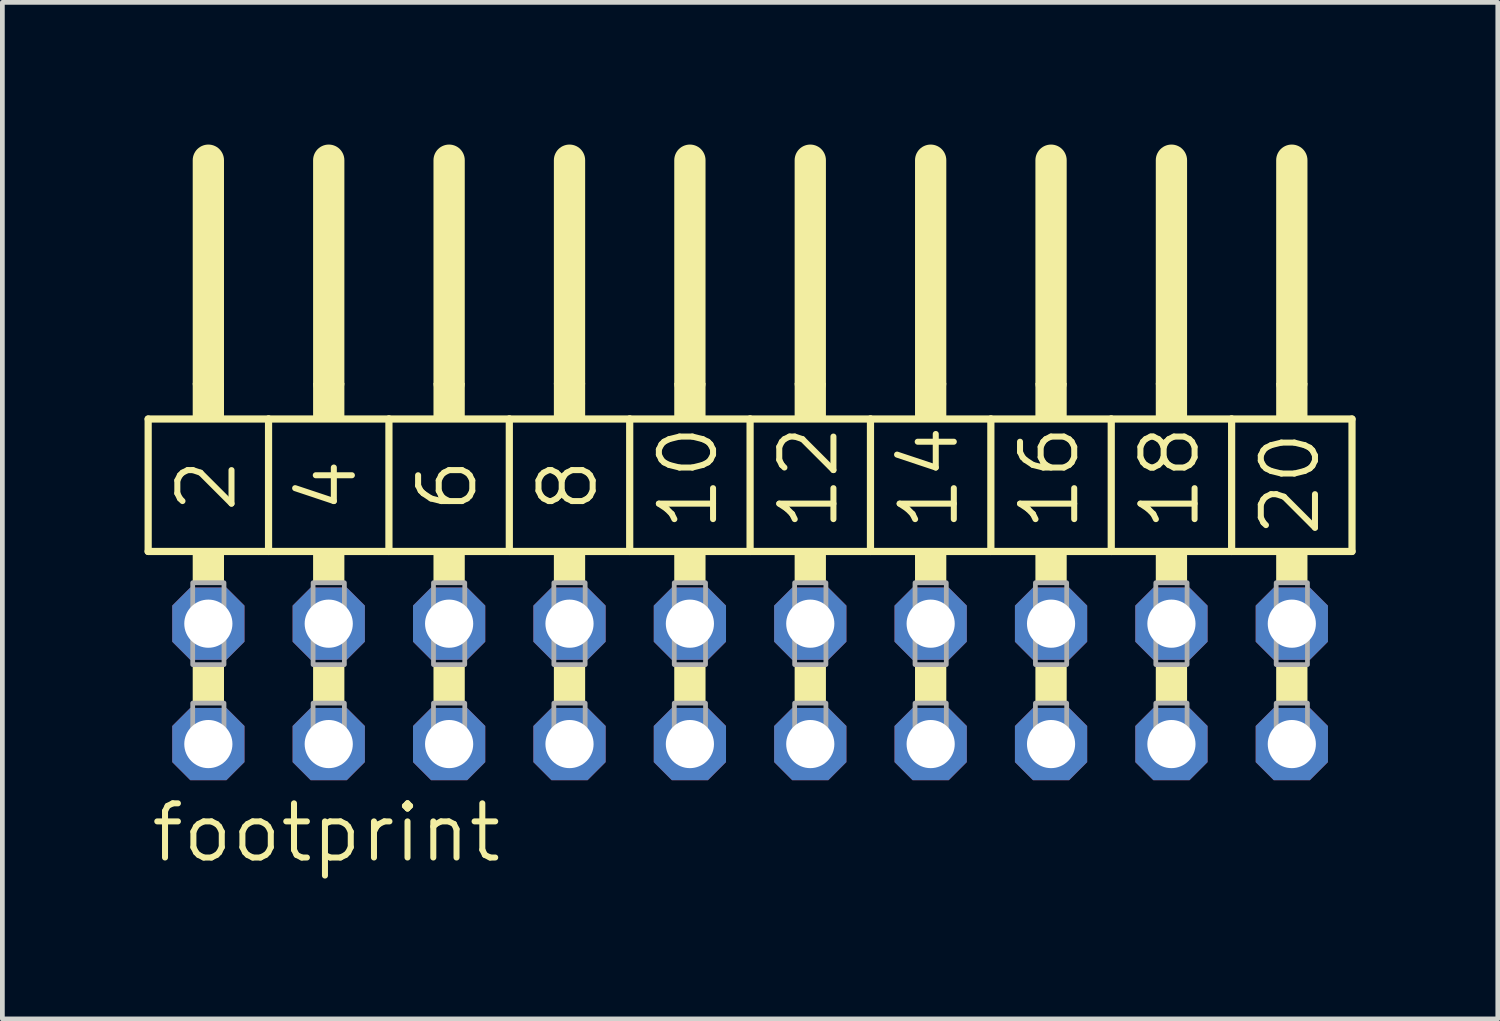
<source format=kicad_pcb>
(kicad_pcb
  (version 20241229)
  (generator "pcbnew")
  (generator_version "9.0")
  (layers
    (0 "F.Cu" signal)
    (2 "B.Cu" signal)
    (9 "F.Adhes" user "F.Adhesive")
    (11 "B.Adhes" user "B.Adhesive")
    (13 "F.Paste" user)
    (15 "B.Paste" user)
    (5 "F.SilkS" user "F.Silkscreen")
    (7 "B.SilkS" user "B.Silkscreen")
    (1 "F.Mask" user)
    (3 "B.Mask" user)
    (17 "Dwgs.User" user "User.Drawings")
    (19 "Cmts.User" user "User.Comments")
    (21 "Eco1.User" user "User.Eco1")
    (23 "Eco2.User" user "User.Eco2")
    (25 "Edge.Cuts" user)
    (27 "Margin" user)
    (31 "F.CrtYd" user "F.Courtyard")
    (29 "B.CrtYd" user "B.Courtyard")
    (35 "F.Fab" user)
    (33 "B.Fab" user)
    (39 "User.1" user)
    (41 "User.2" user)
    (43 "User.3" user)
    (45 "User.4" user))
  (footprint "footprint"
    (layer "F.Cu")
    (at 12.776 11.379)
    (property "Reference" "footprint" (at -12.7 3.81 0) (layer "F.SilkS") (effects (font (size 1.143 1.143) (thickness 0.127)) (justify left bottom)))
    (fp_line (start -12.7 -5.588) (end -10.16 -5.588) (stroke (width 0.152) (type solid)) (layer "F.SilkS"))
    (fp_line (start -12.7 -2.794) (end -12.7 -5.588) (stroke (width 0.152) (type solid)) (layer "F.SilkS"))
    (fp_line (start -11.43 -6.35) (end -11.43 -11.049) (stroke (width 0.66) (type solid)) (layer "F.SilkS"))
    (fp_line (start -10.16 -5.588) (end -7.62 -5.588) (stroke (width 0.152) (type solid)) (layer "F.SilkS"))
    (fp_line (start -10.16 -2.794) (end -12.7 -2.794) (stroke (width 0.152) (type solid)) (layer "F.SilkS"))
    (fp_line (start -10.16 -2.794) (end -10.16 -5.588) (stroke (width 0.152) (type solid)) (layer "F.SilkS"))
    (fp_line (start -10.16 -2.794) (end -7.62 -2.794) (stroke (width 0.152) (type solid)) (layer "F.SilkS"))
    (fp_line (start -8.89 -6.35) (end -8.89 -11.049) (stroke (width 0.66) (type solid)) (layer "F.SilkS"))
    (fp_line (start -7.62 -5.588) (end -5.08 -5.588) (stroke (width 0.152) (type solid)) (layer "F.SilkS"))
    (fp_line (start -7.62 -2.794) (end -7.62 -5.588) (stroke (width 0.152) (type solid)) (layer "F.SilkS"))
    (fp_line (start -6.35 -6.35) (end -6.35 -11.049) (stroke (width 0.66) (type solid)) (layer "F.SilkS"))
    (fp_line (start -5.08 -5.588) (end -2.54 -5.588) (stroke (width 0.152) (type solid)) (layer "F.SilkS"))
    (fp_line (start -5.08 -2.794) (end -7.62 -2.794) (stroke (width 0.152) (type solid)) (layer "F.SilkS"))
    (fp_line (start -5.08 -2.794) (end -5.08 -5.588) (stroke (width 0.152) (type solid)) (layer "F.SilkS"))
    (fp_line (start -3.81 -6.35) (end -3.81 -11.049) (stroke (width 0.66) (type solid)) (layer "F.SilkS"))
    (fp_line (start -2.54 -5.588) (end 0 -5.588) (stroke (width 0.152) (type solid)) (layer "F.SilkS"))
    (fp_line (start -2.54 -2.794) (end -5.08 -2.794) (stroke (width 0.152) (type solid)) (layer "F.SilkS"))
    (fp_line (start -2.54 -2.794) (end -2.54 -5.588) (stroke (width 0.152) (type solid)) (layer "F.SilkS"))
    (fp_line (start -1.27 -6.35) (end -1.27 -11.049) (stroke (width 0.66) (type solid)) (layer "F.SilkS"))
    (fp_line (start 0 -5.588) (end 2.54 -5.588) (stroke (width 0.152) (type solid)) (layer "F.SilkS"))
    (fp_line (start 0 -2.794) (end -2.54 -2.794) (stroke (width 0.152) (type solid)) (layer "F.SilkS"))
    (fp_line (start 0 -2.794) (end 0 -5.588) (stroke (width 0.152) (type solid)) (layer "F.SilkS"))
    (fp_line (start 1.27 -6.35) (end 1.27 -11.049) (stroke (width 0.66) (type solid)) (layer "F.SilkS"))
    (fp_line (start 2.54 -5.588) (end 5.08 -5.588) (stroke (width 0.152) (type solid)) (layer "F.SilkS"))
    (fp_line (start 2.54 -2.794) (end 0 -2.794) (stroke (width 0.152) (type solid)) (layer "F.SilkS"))
    (fp_line (start 2.54 -2.794) (end 2.54 -5.588) (stroke (width 0.152) (type solid)) (layer "F.SilkS"))
    (fp_line (start 2.54 -2.794) (end 5.08 -2.794) (stroke (width 0.152) (type solid)) (layer "F.SilkS"))
    (fp_line (start 3.81 -6.35) (end 3.81 -11.049) (stroke (width 0.66) (type solid)) (layer "F.SilkS"))
    (fp_line (start 5.08 -5.588) (end 7.62 -5.588) (stroke (width 0.152) (type solid)) (layer "F.SilkS"))
    (fp_line (start 5.08 -2.794) (end 5.08 -5.588) (stroke (width 0.152) (type solid)) (layer "F.SilkS"))
    (fp_line (start 6.35 -6.35) (end 6.35 -11.049) (stroke (width 0.66) (type solid)) (layer "F.SilkS"))
    (fp_line (start 7.62 -5.588) (end 10.16 -5.588) (stroke (width 0.152) (type solid)) (layer "F.SilkS"))
    (fp_line (start 7.62 -2.794) (end 5.08 -2.794) (stroke (width 0.152) (type solid)) (layer "F.SilkS"))
    (fp_line (start 7.62 -2.794) (end 7.62 -5.588) (stroke (width 0.152) (type solid)) (layer "F.SilkS"))
    (fp_line (start 8.89 -6.35) (end 8.89 -11.049) (stroke (width 0.66) (type solid)) (layer "F.SilkS"))
    (fp_line (start 10.16 -5.588) (end 12.7 -5.588) (stroke (width 0.152) (type solid)) (layer "F.SilkS"))
    (fp_line (start 10.16 -2.794) (end 7.62 -2.794) (stroke (width 0.152) (type solid)) (layer "F.SilkS"))
    (fp_line (start 10.16 -2.794) (end 10.16 -5.588) (stroke (width 0.152) (type solid)) (layer "F.SilkS"))
    (fp_line (start 11.43 -6.35) (end 11.43 -11.049) (stroke (width 0.66) (type solid)) (layer "F.SilkS"))
    (fp_line (start 12.7 -2.794) (end 10.16 -2.794) (stroke (width 0.152) (type solid)) (layer "F.SilkS"))
    (fp_line (start 12.7 -2.794) (end 12.7 -5.588) (stroke (width 0.152) (type solid)) (layer "F.SilkS"))
    (fp_poly (pts (xy -11.76 -5.588) (xy -11.1 -5.588) (xy -11.1 -6.35) (xy -11.76 -6.35)) (stroke (width 0) (type solid)) (fill yes) (layer "F.SilkS"))
    (fp_poly (pts (xy -11.76 -2.134) (xy -11.1 -2.134) (xy -11.1 -2.794) (xy -11.76 -2.794)) (stroke (width 0) (type solid)) (fill yes) (layer "F.SilkS"))
    (fp_poly (pts (xy -11.76 0.406) (xy -11.1 0.406) (xy -11.1 -0.406) (xy -11.76 -0.406)) (stroke (width 0) (type solid)) (fill yes) (layer "F.SilkS"))
    (fp_poly (pts (xy -9.22 -5.588) (xy -8.56 -5.588) (xy -8.56 -6.35) (xy -9.22 -6.35)) (stroke (width 0) (type solid)) (fill yes) (layer "F.SilkS"))
    (fp_poly (pts (xy -9.22 -2.134) (xy -8.56 -2.134) (xy -8.56 -2.794) (xy -9.22 -2.794)) (stroke (width 0) (type solid)) (fill yes) (layer "F.SilkS"))
    (fp_poly (pts (xy -9.22 0.406) (xy -8.56 0.406) (xy -8.56 -0.406) (xy -9.22 -0.406)) (stroke (width 0) (type solid)) (fill yes) (layer "F.SilkS"))
    (fp_poly (pts (xy -6.68 -5.588) (xy -6.02 -5.588) (xy -6.02 -6.35) (xy -6.68 -6.35)) (stroke (width 0) (type solid)) (fill yes) (layer "F.SilkS"))
    (fp_poly (pts (xy -6.68 -2.134) (xy -6.02 -2.134) (xy -6.02 -2.794) (xy -6.68 -2.794)) (stroke (width 0) (type solid)) (fill yes) (layer "F.SilkS"))
    (fp_poly (pts (xy -6.68 0.406) (xy -6.02 0.406) (xy -6.02 -0.406) (xy -6.68 -0.406)) (stroke (width 0) (type solid)) (fill yes) (layer "F.SilkS"))
    (fp_poly (pts (xy -4.14 -5.588) (xy -3.48 -5.588) (xy -3.48 -6.35) (xy -4.14 -6.35)) (stroke (width 0) (type solid)) (fill yes) (layer "F.SilkS"))
    (fp_poly (pts (xy -4.14 -2.134) (xy -3.48 -2.134) (xy -3.48 -2.794) (xy -4.14 -2.794)) (stroke (width 0) (type solid)) (fill yes) (layer "F.SilkS"))
    (fp_poly (pts (xy -4.14 0.406) (xy -3.48 0.406) (xy -3.48 -0.406) (xy -4.14 -0.406)) (stroke (width 0) (type solid)) (fill yes) (layer "F.SilkS"))
    (fp_poly (pts (xy -1.6 -5.588) (xy -0.94 -5.588) (xy -0.94 -6.35) (xy -1.6 -6.35)) (stroke (width 0) (type solid)) (fill yes) (layer "F.SilkS"))
    (fp_poly (pts (xy -1.6 -2.134) (xy -0.94 -2.134) (xy -0.94 -2.794) (xy -1.6 -2.794)) (stroke (width 0) (type solid)) (fill yes) (layer "F.SilkS"))
    (fp_poly (pts (xy -1.6 0.406) (xy -0.94 0.406) (xy -0.94 -0.406) (xy -1.6 -0.406)) (stroke (width 0) (type solid)) (fill yes) (layer "F.SilkS"))
    (fp_poly (pts (xy 0.94 -5.588) (xy 1.6 -5.588) (xy 1.6 -6.35) (xy 0.94 -6.35)) (stroke (width 0) (type solid)) (fill yes) (layer "F.SilkS"))
    (fp_poly (pts (xy 0.94 -2.134) (xy 1.6 -2.134) (xy 1.6 -2.794) (xy 0.94 -2.794)) (stroke (width 0) (type solid)) (fill yes) (layer "F.SilkS"))
    (fp_poly (pts (xy 0.94 0.406) (xy 1.6 0.406) (xy 1.6 -0.406) (xy 0.94 -0.406)) (stroke (width 0) (type solid)) (fill yes) (layer "F.SilkS"))
    (fp_poly (pts (xy 3.48 -5.588) (xy 4.14 -5.588) (xy 4.14 -6.35) (xy 3.48 -6.35)) (stroke (width 0) (type solid)) (fill yes) (layer "F.SilkS"))
    (fp_poly (pts (xy 3.48 -2.134) (xy 4.14 -2.134) (xy 4.14 -2.794) (xy 3.48 -2.794)) (stroke (width 0) (type solid)) (fill yes) (layer "F.SilkS"))
    (fp_poly (pts (xy 3.48 0.406) (xy 4.14 0.406) (xy 4.14 -0.406) (xy 3.48 -0.406)) (stroke (width 0) (type solid)) (fill yes) (layer "F.SilkS"))
    (fp_poly (pts (xy 6.02 -5.588) (xy 6.68 -5.588) (xy 6.68 -6.35) (xy 6.02 -6.35)) (stroke (width 0) (type solid)) (fill yes) (layer "F.SilkS"))
    (fp_poly (pts (xy 6.02 -2.134) (xy 6.68 -2.134) (xy 6.68 -2.794) (xy 6.02 -2.794)) (stroke (width 0) (type solid)) (fill yes) (layer "F.SilkS"))
    (fp_poly (pts (xy 6.02 0.406) (xy 6.68 0.406) (xy 6.68 -0.406) (xy 6.02 -0.406)) (stroke (width 0) (type solid)) (fill yes) (layer "F.SilkS"))
    (fp_poly (pts (xy 8.56 -5.588) (xy 9.22 -5.588) (xy 9.22 -6.35) (xy 8.56 -6.35)) (stroke (width 0) (type solid)) (fill yes) (layer "F.SilkS"))
    (fp_poly (pts (xy 8.56 -2.134) (xy 9.22 -2.134) (xy 9.22 -2.794) (xy 8.56 -2.794)) (stroke (width 0) (type solid)) (fill yes) (layer "F.SilkS"))
    (fp_poly (pts (xy 8.56 0.406) (xy 9.22 0.406) (xy 9.22 -0.406) (xy 8.56 -0.406)) (stroke (width 0) (type solid)) (fill yes) (layer "F.SilkS"))
    (fp_poly (pts (xy 11.1 -5.588) (xy 11.76 -5.588) (xy 11.76 -6.35) (xy 11.1 -6.35)) (stroke (width 0) (type solid)) (fill yes) (layer "F.SilkS"))
    (fp_poly (pts (xy 11.1 -2.134) (xy 11.76 -2.134) (xy 11.76 -2.794) (xy 11.1 -2.794)) (stroke (width 0) (type solid)) (fill yes) (layer "F.SilkS"))
    (fp_poly (pts (xy 11.1 0.406) (xy 11.76 0.406) (xy 11.76 -0.406) (xy 11.1 -0.406)) (stroke (width 0) (type solid)) (fill yes) (layer "F.SilkS"))
    (fp_poly (pts (xy -11.76 -0.406) (xy -11.1 -0.406) (xy -11.1 -2.134) (xy -11.76 -2.134)) (stroke (width 0.1) (type solid)) (fill no) (layer "F.Fab"))
    (fp_poly (pts (xy -11.76 1.575) (xy -11.1 1.575) (xy -11.1 0.406) (xy -11.76 0.406)) (stroke (width 0.1) (type solid)) (fill no) (layer "F.Fab"))
    (fp_poly (pts (xy -9.22 -0.406) (xy -8.56 -0.406) (xy -8.56 -2.134) (xy -9.22 -2.134)) (stroke (width 0.1) (type solid)) (fill no) (layer "F.Fab"))
    (fp_poly (pts (xy -9.22 1.575) (xy -8.56 1.575) (xy -8.56 0.406) (xy -9.22 0.406)) (stroke (width 0.1) (type solid)) (fill no) (layer "F.Fab"))
    (fp_poly (pts (xy -6.68 -0.406) (xy -6.02 -0.406) (xy -6.02 -2.134) (xy -6.68 -2.134)) (stroke (width 0.1) (type solid)) (fill no) (layer "F.Fab"))
    (fp_poly (pts (xy -6.68 1.575) (xy -6.02 1.575) (xy -6.02 0.406) (xy -6.68 0.406)) (stroke (width 0.1) (type solid)) (fill no) (layer "F.Fab"))
    (fp_poly (pts (xy -4.14 -0.406) (xy -3.48 -0.406) (xy -3.48 -2.134) (xy -4.14 -2.134)) (stroke (width 0.1) (type solid)) (fill no) (layer "F.Fab"))
    (fp_poly (pts (xy -4.14 1.575) (xy -3.48 1.575) (xy -3.48 0.406) (xy -4.14 0.406)) (stroke (width 0.1) (type solid)) (fill no) (layer "F.Fab"))
    (fp_poly (pts (xy -1.6 -0.406) (xy -0.94 -0.406) (xy -0.94 -2.134) (xy -1.6 -2.134)) (stroke (width 0.1) (type solid)) (fill no) (layer "F.Fab"))
    (fp_poly (pts (xy -1.6 1.575) (xy -0.94 1.575) (xy -0.94 0.406) (xy -1.6 0.406)) (stroke (width 0.1) (type solid)) (fill no) (layer "F.Fab"))
    (fp_poly (pts (xy 0.94 -0.406) (xy 1.6 -0.406) (xy 1.6 -2.134) (xy 0.94 -2.134)) (stroke (width 0.1) (type solid)) (fill no) (layer "F.Fab"))
    (fp_poly (pts (xy 0.94 1.575) (xy 1.6 1.575) (xy 1.6 0.406) (xy 0.94 0.406)) (stroke (width 0.1) (type solid)) (fill no) (layer "F.Fab"))
    (fp_poly (pts (xy 3.48 -0.406) (xy 4.14 -0.406) (xy 4.14 -2.134) (xy 3.48 -2.134)) (stroke (width 0.1) (type solid)) (fill no) (layer "F.Fab"))
    (fp_poly (pts (xy 3.48 1.575) (xy 4.14 1.575) (xy 4.14 0.406) (xy 3.48 0.406)) (stroke (width 0.1) (type solid)) (fill no) (layer "F.Fab"))
    (fp_poly (pts (xy 6.02 -0.406) (xy 6.68 -0.406) (xy 6.68 -2.134) (xy 6.02 -2.134)) (stroke (width 0.1) (type solid)) (fill no) (layer "F.Fab"))
    (fp_poly (pts (xy 6.02 1.575) (xy 6.68 1.575) (xy 6.68 0.406) (xy 6.02 0.406)) (stroke (width 0.1) (type solid)) (fill no) (layer "F.Fab"))
    (fp_poly (pts (xy 8.56 -0.406) (xy 9.22 -0.406) (xy 9.22 -2.134) (xy 8.56 -2.134)) (stroke (width 0.1) (type solid)) (fill no) (layer "F.Fab"))
    (fp_poly (pts (xy 8.56 1.575) (xy 9.22 1.575) (xy 9.22 0.406) (xy 8.56 0.406)) (stroke (width 0.1) (type solid)) (fill no) (layer "F.Fab"))
    (fp_poly (pts (xy 11.1 -0.406) (xy 11.76 -0.406) (xy 11.76 -2.134) (xy 11.1 -2.134)) (stroke (width 0.1) (type solid)) (fill no) (layer "F.Fab"))
    (fp_poly (pts (xy 11.1 1.575) (xy 11.76 1.575) (xy 11.76 0.406) (xy 11.1 0.406)) (stroke (width 0.1) (type solid)) (fill no) (layer "F.Fab"))
    (fp_text user "18" (at 9.525 -3.175 90) (layer "F.SilkS") (effects (font (size 1.143 1.143) (thickness 0.127)) (justify left bottom)))
    (fp_text user "20" (at 12.065 -3.048 90) (layer "F.SilkS") (effects (font (size 1.143 1.143) (thickness 0.127)) (justify left bottom)))
    (fp_text user "14" (at 4.445 -3.175 90) (layer "F.SilkS") (effects (font (size 1.143 1.143) (thickness 0.127)) (justify left bottom)))
    (fp_text user "6" (at -5.715 -3.556 90) (layer "F.SilkS") (effects (font (size 1.143 1.143) (thickness 0.127)) (justify left bottom)))
    (fp_text user "4" (at -8.255 -3.556 90) (layer "F.SilkS") (effects (font (size 1.143 1.143) (thickness 0.127)) (justify left bottom)))
    (fp_text user "8" (at -3.175 -3.556 90) (layer "F.SilkS") (effects (font (size 1.143 1.143) (thickness 0.127)) (justify left bottom)))
    (fp_text user "2" (at -10.795 -3.556 90) (layer "F.SilkS") (effects (font (size 1.143 1.143) (thickness 0.127)) (justify left bottom)))
    (fp_text user "12" (at 1.905 -3.175 90) (layer "F.SilkS") (effects (font (size 1.143 1.143) (thickness 0.127)) (justify left bottom)))
    (fp_text user "16" (at 6.985 -3.175 90) (layer "F.SilkS") (effects (font (size 1.143 1.143) (thickness 0.127)) (justify left bottom)))
    (fp_text user "10" (at -0.635 -3.175 90) (layer "F.SilkS") (effects (font (size 1.143 1.143) (thickness 0.127)) (justify left bottom)))
    (pad "1" thru_hole roundrect (at -11.43 1.27) (size 1.524 1.524) (drill 1.016) (layers "*.Cu" "*.Mask") (roundrect_rratio 0.25) (chamfer_ratio 0.25) (chamfer top_left top_right bottom_left bottom_right))
    (pad "2" thru_hole roundrect (at -11.43 -1.27) (size 1.524 1.524) (drill 1.016) (layers "*.Cu" "*.Mask") (roundrect_rratio 0.25) (chamfer_ratio 0.25) (chamfer top_left top_right bottom_left bottom_right))
    (pad "3" thru_hole roundrect (at -8.89 1.27) (size 1.524 1.524) (drill 1.016) (layers "*.Cu" "*.Mask") (roundrect_rratio 0.25) (chamfer_ratio 0.25) (chamfer top_left top_right bottom_left bottom_right))
    (pad "4" thru_hole roundrect (at -8.89 -1.27) (size 1.524 1.524) (drill 1.016) (layers "*.Cu" "*.Mask") (roundrect_rratio 0.25) (chamfer_ratio 0.25) (chamfer top_left top_right bottom_left bottom_right))
    (pad "5" thru_hole roundrect (at -6.35 1.27) (size 1.524 1.524) (drill 1.016) (layers "*.Cu" "*.Mask") (roundrect_rratio 0.25) (chamfer_ratio 0.25) (chamfer top_left top_right bottom_left bottom_right))
    (pad "6" thru_hole roundrect (at -6.35 -1.27) (size 1.524 1.524) (drill 1.016) (layers "*.Cu" "*.Mask") (roundrect_rratio 0.25) (chamfer_ratio 0.25) (chamfer top_left top_right bottom_left bottom_right))
    (pad "7" thru_hole roundrect (at -3.81 1.27) (size 1.524 1.524) (drill 1.016) (layers "*.Cu" "*.Mask") (roundrect_rratio 0.25) (chamfer_ratio 0.25) (chamfer top_left top_right bottom_left bottom_right))
    (pad "8" thru_hole roundrect (at -3.81 -1.27) (size 1.524 1.524) (drill 1.016) (layers "*.Cu" "*.Mask") (roundrect_rratio 0.25) (chamfer_ratio 0.25) (chamfer top_left top_right bottom_left bottom_right))
    (pad "9" thru_hole roundrect (at -1.27 1.27) (size 1.524 1.524) (drill 1.016) (layers "*.Cu" "*.Mask") (roundrect_rratio 0.25) (chamfer_ratio 0.25) (chamfer top_left top_right bottom_left bottom_right))
    (pad "10" thru_hole roundrect (at -1.27 -1.27) (size 1.524 1.524) (drill 1.016) (layers "*.Cu" "*.Mask") (roundrect_rratio 0.25) (chamfer_ratio 0.25) (chamfer top_left top_right bottom_left bottom_right))
    (pad "11" thru_hole roundrect (at 1.27 1.27) (size 1.524 1.524) (drill 1.016) (layers "*.Cu" "*.Mask") (roundrect_rratio 0.25) (chamfer_ratio 0.25) (chamfer top_left top_right bottom_left bottom_right))
    (pad "12" thru_hole roundrect (at 1.27 -1.27) (size 1.524 1.524) (drill 1.016) (layers "*.Cu" "*.Mask") (roundrect_rratio 0.25) (chamfer_ratio 0.25) (chamfer top_left top_right bottom_left bottom_right))
    (pad "13" thru_hole roundrect (at 3.81 1.27) (size 1.524 1.524) (drill 1.016) (layers "*.Cu" "*.Mask") (roundrect_rratio 0.25) (chamfer_ratio 0.25) (chamfer top_left top_right bottom_left bottom_right))
    (pad "14" thru_hole roundrect (at 3.81 -1.27) (size 1.524 1.524) (drill 1.016) (layers "*.Cu" "*.Mask") (roundrect_rratio 0.25) (chamfer_ratio 0.25) (chamfer top_left top_right bottom_left bottom_right))
    (pad "15" thru_hole roundrect (at 6.35 1.27) (size 1.524 1.524) (drill 1.016) (layers "*.Cu" "*.Mask") (roundrect_rratio 0.25) (chamfer_ratio 0.25) (chamfer top_left top_right bottom_left bottom_right))
    (pad "16" thru_hole roundrect (at 6.35 -1.27) (size 1.524 1.524) (drill 1.016) (layers "*.Cu" "*.Mask") (roundrect_rratio 0.25) (chamfer_ratio 0.25) (chamfer top_left top_right bottom_left bottom_right))
    (pad "17" thru_hole roundrect (at 8.89 1.27) (size 1.524 1.524) (drill 1.016) (layers "*.Cu" "*.Mask") (roundrect_rratio 0.25) (chamfer_ratio 0.25) (chamfer top_left top_right bottom_left bottom_right))
    (pad "18" thru_hole roundrect (at 8.89 -1.27) (size 1.524 1.524) (drill 1.016) (layers "*.Cu" "*.Mask") (roundrect_rratio 0.25) (chamfer_ratio 0.25) (chamfer top_left top_right bottom_left bottom_right))
    (pad "19" thru_hole roundrect (at 11.43 1.27) (size 1.524 1.524) (drill 1.016) (layers "*.Cu" "*.Mask") (roundrect_rratio 0.25) (chamfer_ratio 0.25) (chamfer top_left top_right bottom_left bottom_right))
    (pad "20" thru_hole roundrect (at 11.43 -1.27) (size 1.524 1.524) (drill 1.016) (layers "*.Cu" "*.Mask") (roundrect_rratio 0.25) (chamfer_ratio 0.25) (chamfer top_left top_right bottom_left bottom_right)))
  (gr_rect
    (start -3 -3)
    (end 28.552 18.448)
    (stroke (width 0.1) (type default))
    (fill no)
    (layer "Edge.Cuts")))
</source>
